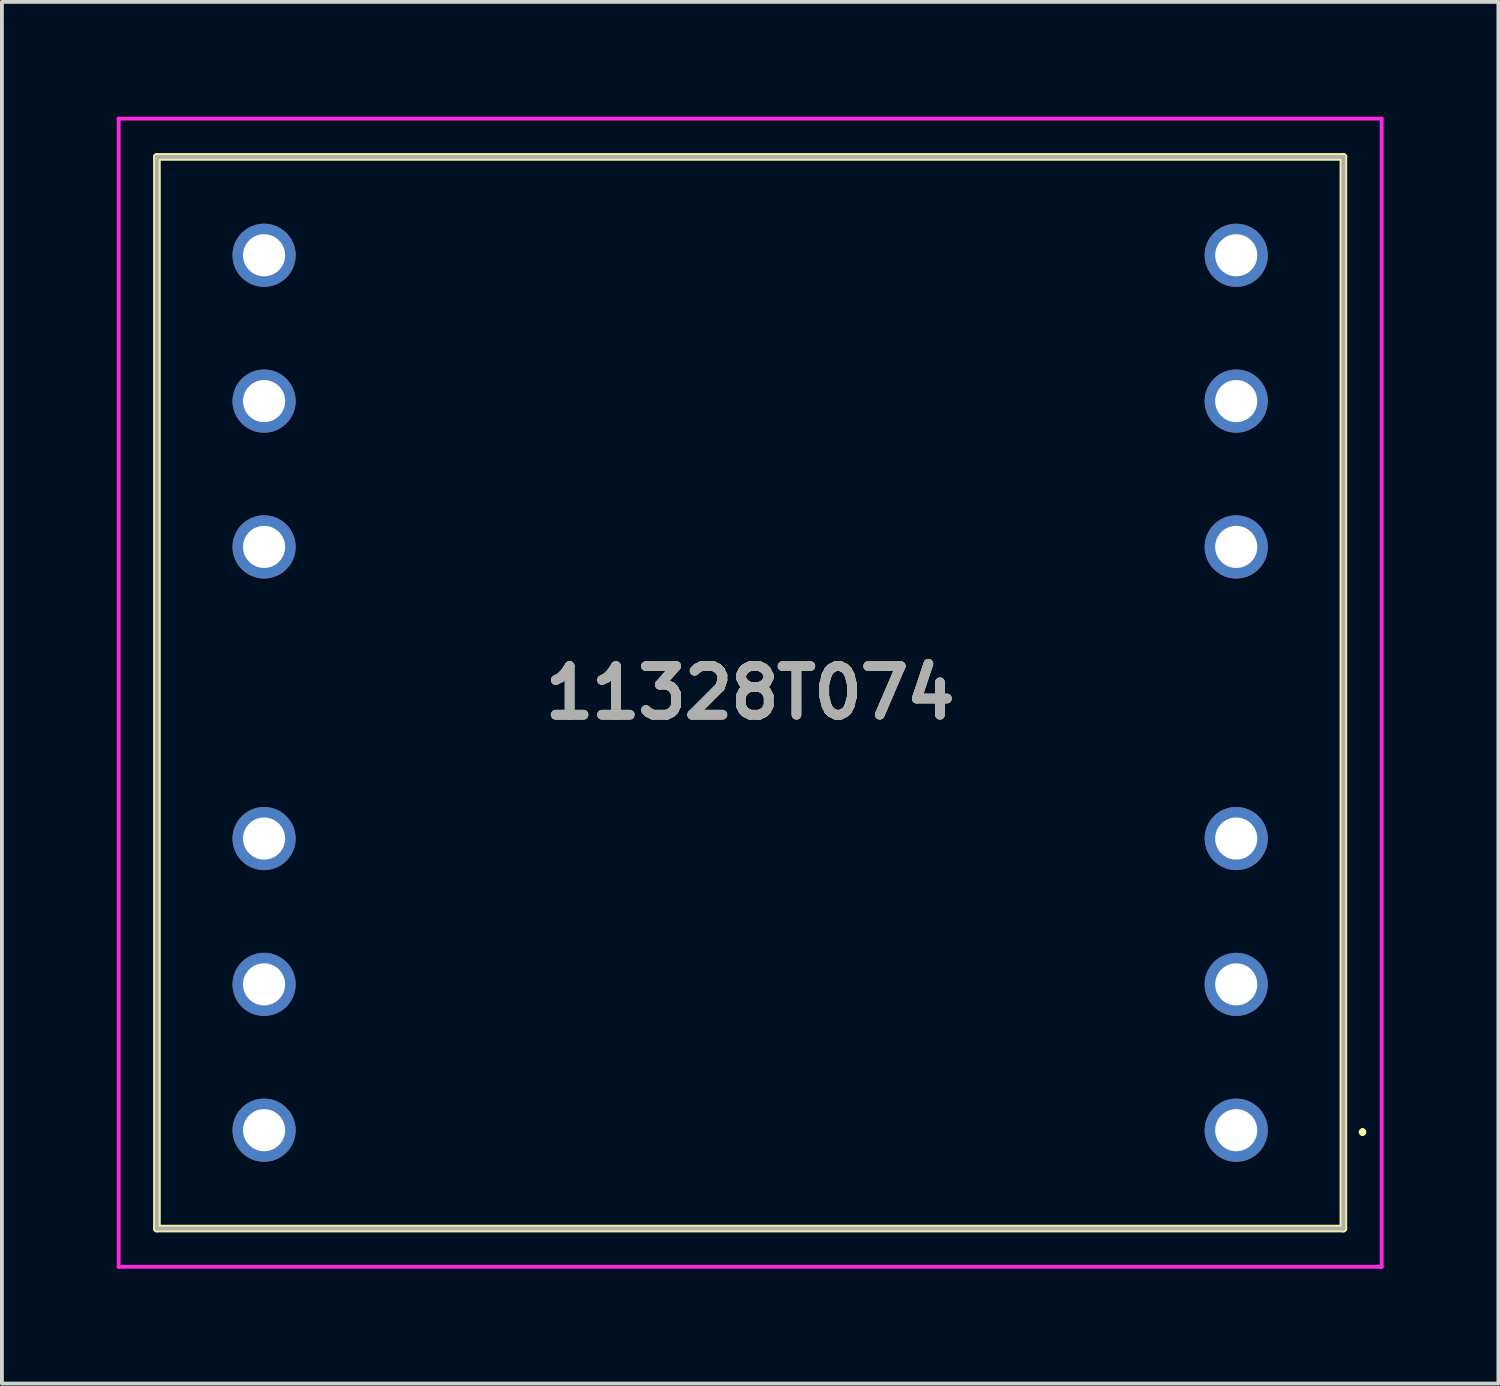
<source format=kicad_pcb>
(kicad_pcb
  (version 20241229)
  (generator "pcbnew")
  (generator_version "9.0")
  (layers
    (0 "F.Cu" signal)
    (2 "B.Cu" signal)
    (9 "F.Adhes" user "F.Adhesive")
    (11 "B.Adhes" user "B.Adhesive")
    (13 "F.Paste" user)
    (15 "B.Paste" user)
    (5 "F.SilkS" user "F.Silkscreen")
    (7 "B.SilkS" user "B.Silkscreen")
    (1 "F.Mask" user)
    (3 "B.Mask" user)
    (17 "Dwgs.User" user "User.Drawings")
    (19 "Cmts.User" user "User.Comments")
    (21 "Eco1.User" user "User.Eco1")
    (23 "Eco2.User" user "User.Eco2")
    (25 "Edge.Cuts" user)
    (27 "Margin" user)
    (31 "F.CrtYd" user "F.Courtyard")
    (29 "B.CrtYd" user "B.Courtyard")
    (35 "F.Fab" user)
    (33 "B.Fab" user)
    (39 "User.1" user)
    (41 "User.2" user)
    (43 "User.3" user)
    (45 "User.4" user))
  (footprint "11328T074"
    (layer "F.Cu")
    (at 29.25 26.48)
    (property "Reference" "11328T074" (at -12.7 -11.43 0) (layer "F.SilkS") (effects (font (size 1.27 1.27) (thickness 0.254))))
    (attr through_hole)
    (fp_line (start -28.2 -25.43) (end 2.8 -25.43) (stroke (width 0.2) (type solid)) (layer "F.SilkS"))
    (fp_line (start -28.2 2.57) (end -28.2 -25.43) (stroke (width 0.2) (type solid)) (layer "F.SilkS"))
    (fp_line (start 2.8 -25.43) (end 2.8 2.57) (stroke (width 0.2) (type solid)) (layer "F.SilkS"))
    (fp_line (start 2.8 2.57) (end -28.2 2.57) (stroke (width 0.2) (type solid)) (layer "F.SilkS"))
    (fp_line (start 3.3 -0.002) (end 3.3 -0.002) (stroke (width 0.1) (type solid)) (layer "F.SilkS"))
    (fp_line (start 3.3 0.1) (end 3.3 0.1) (stroke (width 0.1) (type solid)) (layer "F.SilkS"))
    (fp_arc (start 3.3 -0.002) (mid 3.351 0.049) (end 3.3 0.1) (stroke (width 0.1) (type solid)) (layer "F.SilkS"))
    (fp_arc (start 3.3 0.1) (mid 3.249 0.049) (end 3.3 -0.002) (stroke (width 0.1) (type solid)) (layer "F.SilkS"))
    (fp_line (start -29.2 -26.43) (end 3.8 -26.43) (stroke (width 0.1) (type solid)) (layer "F.CrtYd"))
    (fp_line (start -29.2 3.57) (end -29.2 -26.43) (stroke (width 0.1) (type solid)) (layer "F.CrtYd"))
    (fp_line (start 3.8 -26.43) (end 3.8 3.57) (stroke (width 0.1) (type solid)) (layer "F.CrtYd"))
    (fp_line (start 3.8 3.57) (end -29.2 3.57) (stroke (width 0.1) (type solid)) (layer "F.CrtYd"))
    (fp_line (start -28.2 -25.43) (end 2.8 -25.43) (stroke (width 0.1) (type solid)) (layer "F.Fab"))
    (fp_line (start -28.2 2.57) (end -28.2 -25.43) (stroke (width 0.1) (type solid)) (layer "F.Fab"))
    (fp_line (start 2.8 -25.43) (end 2.8 2.57) (stroke (width 0.1) (type solid)) (layer "F.Fab"))
    (fp_line (start 2.8 2.57) (end -28.2 2.57) (stroke (width 0.1) (type solid)) (layer "F.Fab"))
    (fp_text user "${REFERENCE}" (at -12.7 -11.43 0) (layer "F.Fab") (effects (font (size 1.27 1.27) (thickness 0.254))))
    (pad "1" thru_hole circle (at 0 0) (size 1.65 1.65) (drill 1.1) (layers "*.Cu" "*.Mask"))
    (pad "2" thru_hole circle (at 0 -3.81) (size 1.65 1.65) (drill 1.1) (layers "*.Cu" "*.Mask"))
    (pad "3" thru_hole circle (at 0 -7.62) (size 1.65 1.65) (drill 1.1) (layers "*.Cu" "*.Mask"))
    (pad "4" thru_hole circle (at 0 -15.24) (size 1.65 1.65) (drill 1.1) (layers "*.Cu" "*.Mask"))
    (pad "5" thru_hole circle (at 0 -19.05) (size 1.65 1.65) (drill 1.1) (layers "*.Cu" "*.Mask"))
    (pad "6" thru_hole circle (at 0 -22.86) (size 1.65 1.65) (drill 1.1) (layers "*.Cu" "*.Mask"))
    (pad "7" thru_hole circle (at -25.4 -22.86) (size 1.65 1.65) (drill 1.1) (layers "*.Cu" "*.Mask"))
    (pad "8" thru_hole circle (at -25.4 -19.05) (size 1.65 1.65) (drill 1.1) (layers "*.Cu" "*.Mask"))
    (pad "9" thru_hole circle (at -25.4 -15.24) (size 1.65 1.65) (drill 1.1) (layers "*.Cu" "*.Mask"))
    (pad "10" thru_hole circle (at -25.4 -7.62) (size 1.65 1.65) (drill 1.1) (layers "*.Cu" "*.Mask"))
    (pad "11" thru_hole circle (at -25.4 -3.81) (size 1.65 1.65) (drill 1.1) (layers "*.Cu" "*.Mask"))
    (pad "12" thru_hole circle (at -25.4 0) (size 1.65 1.65) (drill 1.1) (layers "*.Cu" "*.Mask")))
  (gr_rect
    (start -3 -3)
    (end 36.1 33.1)
    (stroke (width 0.1) (type default))
    (fill no)
    (layer "Edge.Cuts")))
</source>
